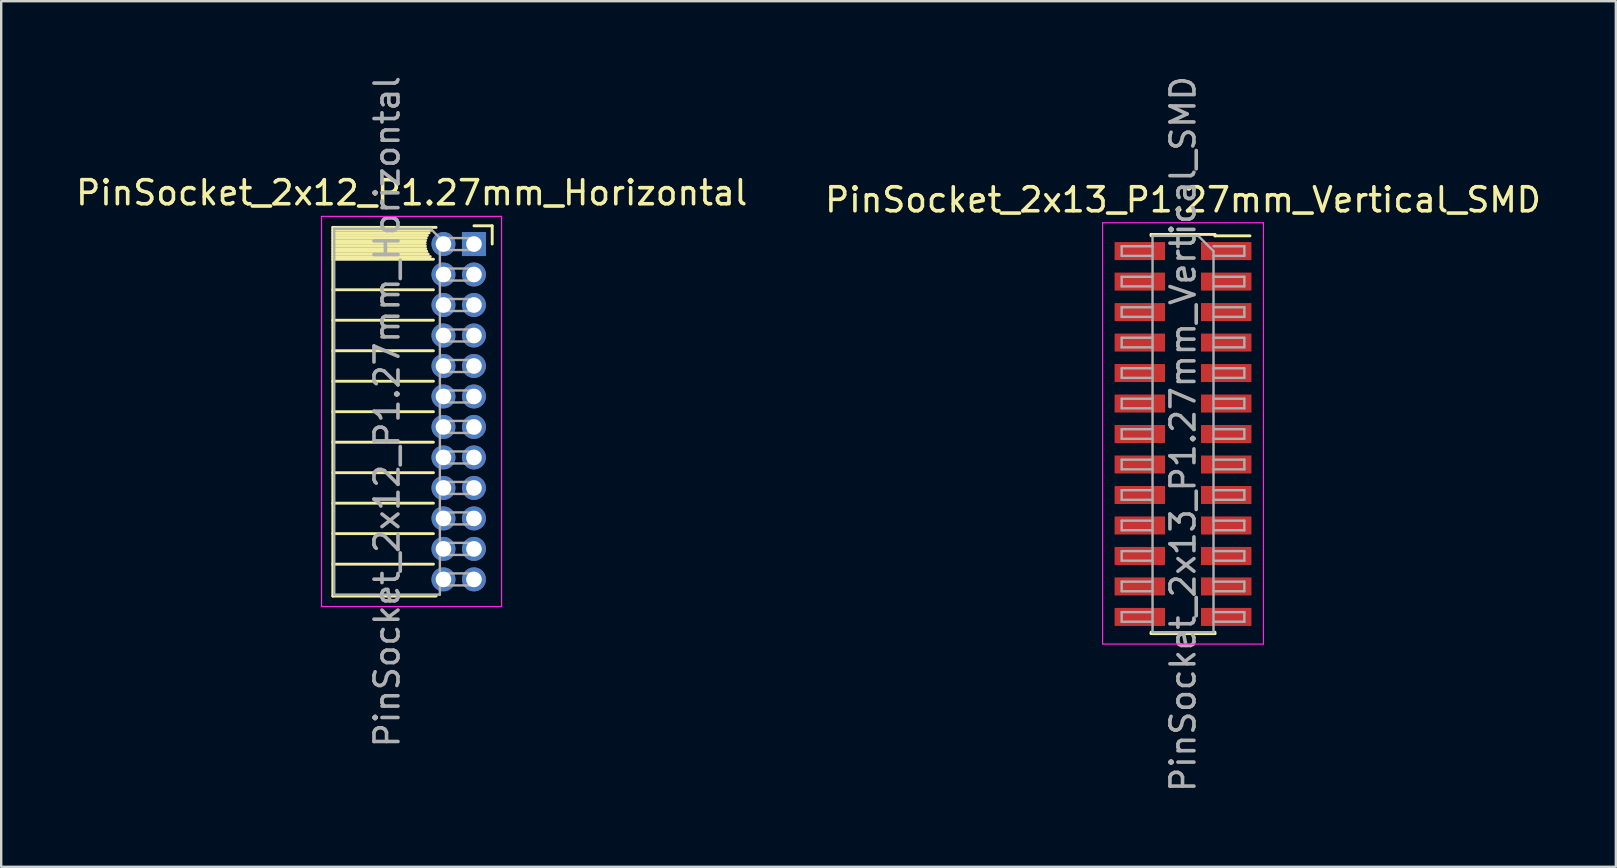
<source format=kicad_pcb>
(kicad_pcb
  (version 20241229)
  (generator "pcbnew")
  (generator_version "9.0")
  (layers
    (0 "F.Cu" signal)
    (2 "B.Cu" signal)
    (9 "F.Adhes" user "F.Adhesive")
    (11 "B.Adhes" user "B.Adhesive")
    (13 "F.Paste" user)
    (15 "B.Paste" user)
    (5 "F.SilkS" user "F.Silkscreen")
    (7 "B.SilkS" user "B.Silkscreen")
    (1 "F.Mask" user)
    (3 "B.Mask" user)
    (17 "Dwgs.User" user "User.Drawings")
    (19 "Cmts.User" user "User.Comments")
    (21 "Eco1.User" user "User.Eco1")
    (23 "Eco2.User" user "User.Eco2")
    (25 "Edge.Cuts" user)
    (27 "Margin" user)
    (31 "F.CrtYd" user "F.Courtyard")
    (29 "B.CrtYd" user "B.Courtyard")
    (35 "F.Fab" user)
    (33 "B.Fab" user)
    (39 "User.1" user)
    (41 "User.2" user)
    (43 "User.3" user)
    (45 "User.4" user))
  (footprint "PinSocket_2x12_P1.27mm_Horizontal"
    (layer "F.Cu")
    (at 16.694 7.116)
    (property "Reference" "PinSocket_2x12_P1.27mm_Horizontal" (at -2.592 -2.135 0) (layer "F.SilkS") (effects (font (size 1 1) (thickness 0.15))))
    (attr through_hole)
    (fp_line (start -5.88 -0.695) (end -5.88 14.665) (stroke (width 0.12) (type solid)) (layer "F.SilkS"))
    (fp_line (start -5.88 -0.695) (end -1.578 -0.695) (stroke (width 0.12) (type solid)) (layer "F.SilkS"))
    (fp_line (start -5.88 -0.575) (end -1.767 -0.575) (stroke (width 0.12) (type solid)) (layer "F.SilkS"))
    (fp_line (start -5.88 -0.465) (end -1.871 -0.465) (stroke (width 0.12) (type solid)) (layer "F.SilkS"))
    (fp_line (start -5.88 -0.355) (end -1.942 -0.355) (stroke (width 0.12) (type solid)) (layer "F.SilkS"))
    (fp_line (start -5.88 -0.245) (end -1.989 -0.245) (stroke (width 0.12) (type solid)) (layer "F.SilkS"))
    (fp_line (start -5.88 -0.135) (end -2.018 -0.135) (stroke (width 0.12) (type solid)) (layer "F.SilkS"))
    (fp_line (start -5.88 -0.025) (end -2.03 -0.025) (stroke (width 0.12) (type solid)) (layer "F.SilkS"))
    (fp_line (start -5.88 0.085) (end -2.025 0.085) (stroke (width 0.12) (type solid)) (layer "F.SilkS"))
    (fp_line (start -5.88 0.195) (end -2.005 0.195) (stroke (width 0.12) (type solid)) (layer "F.SilkS"))
    (fp_line (start -5.88 0.305) (end -1.966 0.305) (stroke (width 0.12) (type solid)) (layer "F.SilkS"))
    (fp_line (start -5.88 0.415) (end -1.907 0.415) (stroke (width 0.12) (type solid)) (layer "F.SilkS"))
    (fp_line (start -5.88 0.525) (end -1.82 0.525) (stroke (width 0.12) (type solid)) (layer "F.SilkS"))
    (fp_line (start -5.88 0.635) (end -1.688 0.635) (stroke (width 0.12) (type solid)) (layer "F.SilkS"))
    (fp_line (start -5.88 1.905) (end -1.688 1.905) (stroke (width 0.12) (type solid)) (layer "F.SilkS"))
    (fp_line (start -5.88 3.175) (end -1.688 3.175) (stroke (width 0.12) (type solid)) (layer "F.SilkS"))
    (fp_line (start -5.88 4.445) (end -1.688 4.445) (stroke (width 0.12) (type solid)) (layer "F.SilkS"))
    (fp_line (start -5.88 5.715) (end -1.688 5.715) (stroke (width 0.12) (type solid)) (layer "F.SilkS"))
    (fp_line (start -5.88 6.985) (end -1.688 6.985) (stroke (width 0.12) (type solid)) (layer "F.SilkS"))
    (fp_line (start -5.88 8.255) (end -1.688 8.255) (stroke (width 0.12) (type solid)) (layer "F.SilkS"))
    (fp_line (start -5.88 9.525) (end -1.688 9.525) (stroke (width 0.12) (type solid)) (layer "F.SilkS"))
    (fp_line (start -5.88 10.795) (end -1.688 10.795) (stroke (width 0.12) (type solid)) (layer "F.SilkS"))
    (fp_line (start -5.88 12.065) (end -1.688 12.065) (stroke (width 0.12) (type solid)) (layer "F.SilkS"))
    (fp_line (start -5.88 13.335) (end -1.688 13.335) (stroke (width 0.12) (type solid)) (layer "F.SilkS"))
    (fp_line (start -5.88 14.665) (end -1.578 14.665) (stroke (width 0.12) (type solid)) (layer "F.SilkS"))
    (fp_line (start 0 -0.76) (end 0.76 -0.76) (stroke (width 0.12) (type solid)) (layer "F.SilkS"))
    (fp_line (start 0.76 -0.76) (end 0.76 0) (stroke (width 0.12) (type solid)) (layer "F.SilkS"))
    (fp_line (start -6.35 -1.15) (end -6.35 15.1) (stroke (width 0.05) (type solid)) (layer "F.CrtYd"))
    (fp_line (start -6.35 15.1) (end 1.15 15.1) (stroke (width 0.05) (type solid)) (layer "F.CrtYd"))
    (fp_line (start 1.15 -1.15) (end -6.35 -1.15) (stroke (width 0.05) (type solid)) (layer "F.CrtYd"))
    (fp_line (start 1.15 15.1) (end 1.15 -1.15) (stroke (width 0.05) (type solid)) (layer "F.CrtYd"))
    (fp_line (start -5.82 -0.635) (end -1.805 -0.635) (stroke (width 0.1) (type solid)) (layer "F.Fab"))
    (fp_line (start -5.82 14.605) (end -5.82 -0.635) (stroke (width 0.1) (type solid)) (layer "F.Fab"))
    (fp_line (start -1.805 -0.635) (end -1.42 -0.25) (stroke (width 0.1) (type solid)) (layer "F.Fab"))
    (fp_line (start -1.42 -0.25) (end -1.42 14.605) (stroke (width 0.1) (type solid)) (layer "F.Fab"))
    (fp_line (start -1.42 0.25) (end 0 0.25) (stroke (width 0.1) (type solid)) (layer "F.Fab"))
    (fp_line (start -1.42 1.52) (end 0 1.52) (stroke (width 0.1) (type solid)) (layer "F.Fab"))
    (fp_line (start -1.42 2.79) (end 0 2.79) (stroke (width 0.1) (type solid)) (layer "F.Fab"))
    (fp_line (start -1.42 4.06) (end 0 4.06) (stroke (width 0.1) (type solid)) (layer "F.Fab"))
    (fp_line (start -1.42 5.33) (end 0 5.33) (stroke (width 0.1) (type solid)) (layer "F.Fab"))
    (fp_line (start -1.42 6.6) (end 0 6.6) (stroke (width 0.1) (type solid)) (layer "F.Fab"))
    (fp_line (start -1.42 7.87) (end 0 7.87) (stroke (width 0.1) (type solid)) (layer "F.Fab"))
    (fp_line (start -1.42 9.14) (end 0 9.14) (stroke (width 0.1) (type solid)) (layer "F.Fab"))
    (fp_line (start -1.42 10.41) (end 0 10.41) (stroke (width 0.1) (type solid)) (layer "F.Fab"))
    (fp_line (start -1.42 11.68) (end 0 11.68) (stroke (width 0.1) (type solid)) (layer "F.Fab"))
    (fp_line (start -1.42 12.95) (end 0 12.95) (stroke (width 0.1) (type solid)) (layer "F.Fab"))
    (fp_line (start -1.42 14.22) (end 0 14.22) (stroke (width 0.1) (type solid)) (layer "F.Fab"))
    (fp_line (start -1.42 14.605) (end -5.82 14.605) (stroke (width 0.1) (type solid)) (layer "F.Fab"))
    (fp_line (start 0 -0.25) (end -1.42 -0.25) (stroke (width 0.1) (type solid)) (layer "F.Fab"))
    (fp_line (start 0 0.25) (end 0 -0.25) (stroke (width 0.1) (type solid)) (layer "F.Fab"))
    (fp_line (start 0 1.02) (end -1.42 1.02) (stroke (width 0.1) (type solid)) (layer "F.Fab"))
    (fp_line (start 0 1.52) (end 0 1.02) (stroke (width 0.1) (type solid)) (layer "F.Fab"))
    (fp_line (start 0 2.29) (end -1.42 2.29) (stroke (width 0.1) (type solid)) (layer "F.Fab"))
    (fp_line (start 0 2.79) (end 0 2.29) (stroke (width 0.1) (type solid)) (layer "F.Fab"))
    (fp_line (start 0 3.56) (end -1.42 3.56) (stroke (width 0.1) (type solid)) (layer "F.Fab"))
    (fp_line (start 0 4.06) (end 0 3.56) (stroke (width 0.1) (type solid)) (layer "F.Fab"))
    (fp_line (start 0 4.83) (end -1.42 4.83) (stroke (width 0.1) (type solid)) (layer "F.Fab"))
    (fp_line (start 0 5.33) (end 0 4.83) (stroke (width 0.1) (type solid)) (layer "F.Fab"))
    (fp_line (start 0 6.1) (end -1.42 6.1) (stroke (width 0.1) (type solid)) (layer "F.Fab"))
    (fp_line (start 0 6.6) (end 0 6.1) (stroke (width 0.1) (type solid)) (layer "F.Fab"))
    (fp_line (start 0 7.37) (end -1.42 7.37) (stroke (width 0.1) (type solid)) (layer "F.Fab"))
    (fp_line (start 0 7.87) (end 0 7.37) (stroke (width 0.1) (type solid)) (layer "F.Fab"))
    (fp_line (start 0 8.64) (end -1.42 8.64) (stroke (width 0.1) (type solid)) (layer "F.Fab"))
    (fp_line (start 0 9.14) (end 0 8.64) (stroke (width 0.1) (type solid)) (layer "F.Fab"))
    (fp_line (start 0 9.91) (end -1.42 9.91) (stroke (width 0.1) (type solid)) (layer "F.Fab"))
    (fp_line (start 0 10.41) (end 0 9.91) (stroke (width 0.1) (type solid)) (layer "F.Fab"))
    (fp_line (start 0 11.18) (end -1.42 11.18) (stroke (width 0.1) (type solid)) (layer "F.Fab"))
    (fp_line (start 0 11.68) (end 0 11.18) (stroke (width 0.1) (type solid)) (layer "F.Fab"))
    (fp_line (start 0 12.45) (end -1.42 12.45) (stroke (width 0.1) (type solid)) (layer "F.Fab"))
    (fp_line (start 0 12.95) (end 0 12.45) (stroke (width 0.1) (type solid)) (layer "F.Fab"))
    (fp_line (start 0 13.72) (end -1.42 13.72) (stroke (width 0.1) (type solid)) (layer "F.Fab"))
    (fp_line (start 0 14.22) (end 0 13.72) (stroke (width 0.1) (type solid)) (layer "F.Fab"))
    (fp_text user "${REFERENCE}" (at -3.62 6.985 90) (layer "F.Fab") (effects (font (size 1 1) (thickness 0.15))))
    (pad "1" thru_hole rect (at 0 0) (size 1 1) (drill 0.65) (layers "*.Cu" "*.Mask"))
    (pad "2" thru_hole oval (at -1.27 0) (size 1 1) (drill 0.65) (layers "*.Cu" "*.Mask"))
    (pad "3" thru_hole oval (at 0 1.27) (size 1 1) (drill 0.65) (layers "*.Cu" "*.Mask"))
    (pad "4" thru_hole oval (at -1.27 1.27) (size 1 1) (drill 0.65) (layers "*.Cu" "*.Mask"))
    (pad "5" thru_hole oval (at 0 2.54) (size 1 1) (drill 0.65) (layers "*.Cu" "*.Mask"))
    (pad "6" thru_hole oval (at -1.27 2.54) (size 1 1) (drill 0.65) (layers "*.Cu" "*.Mask"))
    (pad "7" thru_hole oval (at 0 3.81) (size 1 1) (drill 0.65) (layers "*.Cu" "*.Mask"))
    (pad "8" thru_hole oval (at -1.27 3.81) (size 1 1) (drill 0.65) (layers "*.Cu" "*.Mask"))
    (pad "9" thru_hole oval (at 0 5.08) (size 1 1) (drill 0.65) (layers "*.Cu" "*.Mask"))
    (pad "10" thru_hole oval (at -1.27 5.08) (size 1 1) (drill 0.65) (layers "*.Cu" "*.Mask"))
    (pad "11" thru_hole oval (at 0 6.35) (size 1 1) (drill 0.65) (layers "*.Cu" "*.Mask"))
    (pad "12" thru_hole oval (at -1.27 6.35) (size 1 1) (drill 0.65) (layers "*.Cu" "*.Mask"))
    (pad "13" thru_hole oval (at 0 7.62) (size 1 1) (drill 0.65) (layers "*.Cu" "*.Mask"))
    (pad "14" thru_hole oval (at -1.27 7.62) (size 1 1) (drill 0.65) (layers "*.Cu" "*.Mask"))
    (pad "15" thru_hole oval (at 0 8.89) (size 1 1) (drill 0.65) (layers "*.Cu" "*.Mask"))
    (pad "16" thru_hole oval (at -1.27 8.89) (size 1 1) (drill 0.65) (layers "*.Cu" "*.Mask"))
    (pad "17" thru_hole oval (at 0 10.16) (size 1 1) (drill 0.65) (layers "*.Cu" "*.Mask"))
    (pad "18" thru_hole oval (at -1.27 10.16) (size 1 1) (drill 0.65) (layers "*.Cu" "*.Mask"))
    (pad "19" thru_hole oval (at 0 11.43) (size 1 1) (drill 0.65) (layers "*.Cu" "*.Mask"))
    (pad "20" thru_hole oval (at -1.27 11.43) (size 1 1) (drill 0.65) (layers "*.Cu" "*.Mask"))
    (pad "21" thru_hole oval (at 0 12.7) (size 1 1) (drill 0.65) (layers "*.Cu" "*.Mask"))
    (pad "22" thru_hole oval (at -1.27 12.7) (size 1 1) (drill 0.65) (layers "*.Cu" "*.Mask"))
    (pad "23" thru_hole oval (at 0 13.97) (size 1 1) (drill 0.65) (layers "*.Cu" "*.Mask"))
    (pad "24" thru_hole oval (at -1.27 13.97) (size 1 1) (drill 0.65) (layers "*.Cu" "*.Mask")))
  (footprint "PinSocket_2x13_P1.27mm_Vertical_SMD"
    (layer "F.Cu")
    (at 46.232 15.03)
    (property "Reference" "PinSocket_2x13_P1.27mm_Vertical_SMD" (at 0 -9.755 0) (layer "F.SilkS") (effects (font (size 1 1) (thickness 0.15))))
    (attr smd)
    (fp_line (start -1.33 -8.315) (end -1.33 -8.255) (stroke (width 0.12) (type solid)) (layer "F.SilkS"))
    (fp_line (start -1.33 -8.315) (end 1.33 -8.315) (stroke (width 0.12) (type solid)) (layer "F.SilkS"))
    (fp_line (start -1.33 8.255) (end -1.33 8.315) (stroke (width 0.12) (type solid)) (layer "F.SilkS"))
    (fp_line (start -1.33 8.315) (end 1.33 8.315) (stroke (width 0.12) (type solid)) (layer "F.SilkS"))
    (fp_line (start 1.33 -8.315) (end 1.33 -8.255) (stroke (width 0.12) (type solid)) (layer "F.SilkS"))
    (fp_line (start 1.33 -8.255) (end 2.79 -8.255) (stroke (width 0.12) (type solid)) (layer "F.SilkS"))
    (fp_line (start 1.33 8.255) (end 1.33 8.315) (stroke (width 0.12) (type solid)) (layer "F.SilkS"))
    (fp_line (start -3.35 -8.8) (end 3.35 -8.8) (stroke (width 0.05) (type solid)) (layer "F.CrtYd"))
    (fp_line (start -3.35 8.75) (end -3.35 -8.8) (stroke (width 0.05) (type solid)) (layer "F.CrtYd"))
    (fp_line (start 3.35 -8.8) (end 3.35 8.75) (stroke (width 0.05) (type solid)) (layer "F.CrtYd"))
    (fp_line (start 3.35 8.75) (end -3.35 8.75) (stroke (width 0.05) (type solid)) (layer "F.CrtYd"))
    (fp_line (start -2.555 -7.82) (end -1.27 -7.82) (stroke (width 0.1) (type solid)) (layer "F.Fab"))
    (fp_line (start -2.555 -7.42) (end -2.555 -7.82) (stroke (width 0.1) (type solid)) (layer "F.Fab"))
    (fp_line (start -2.555 -6.55) (end -1.27 -6.55) (stroke (width 0.1) (type solid)) (layer "F.Fab"))
    (fp_line (start -2.555 -6.15) (end -2.555 -6.55) (stroke (width 0.1) (type solid)) (layer "F.Fab"))
    (fp_line (start -2.555 -5.28) (end -1.27 -5.28) (stroke (width 0.1) (type solid)) (layer "F.Fab"))
    (fp_line (start -2.555 -4.88) (end -2.555 -5.28) (stroke (width 0.1) (type solid)) (layer "F.Fab"))
    (fp_line (start -2.555 -4.01) (end -1.27 -4.01) (stroke (width 0.1) (type solid)) (layer "F.Fab"))
    (fp_line (start -2.555 -3.61) (end -2.555 -4.01) (stroke (width 0.1) (type solid)) (layer "F.Fab"))
    (fp_line (start -2.555 -2.74) (end -1.27 -2.74) (stroke (width 0.1) (type solid)) (layer "F.Fab"))
    (fp_line (start -2.555 -2.34) (end -2.555 -2.74) (stroke (width 0.1) (type solid)) (layer "F.Fab"))
    (fp_line (start -2.555 -1.47) (end -1.27 -1.47) (stroke (width 0.1) (type solid)) (layer "F.Fab"))
    (fp_line (start -2.555 -1.07) (end -2.555 -1.47) (stroke (width 0.1) (type solid)) (layer "F.Fab"))
    (fp_line (start -2.555 -0.2) (end -1.27 -0.2) (stroke (width 0.1) (type solid)) (layer "F.Fab"))
    (fp_line (start -2.555 0.2) (end -2.555 -0.2) (stroke (width 0.1) (type solid)) (layer "F.Fab"))
    (fp_line (start -2.555 1.07) (end -1.27 1.07) (stroke (width 0.1) (type solid)) (layer "F.Fab"))
    (fp_line (start -2.555 1.47) (end -2.555 1.07) (stroke (width 0.1) (type solid)) (layer "F.Fab"))
    (fp_line (start -2.555 2.34) (end -1.27 2.34) (stroke (width 0.1) (type solid)) (layer "F.Fab"))
    (fp_line (start -2.555 2.74) (end -2.555 2.34) (stroke (width 0.1) (type solid)) (layer "F.Fab"))
    (fp_line (start -2.555 3.61) (end -1.27 3.61) (stroke (width 0.1) (type solid)) (layer "F.Fab"))
    (fp_line (start -2.555 4.01) (end -2.555 3.61) (stroke (width 0.1) (type solid)) (layer "F.Fab"))
    (fp_line (start -2.555 4.88) (end -1.27 4.88) (stroke (width 0.1) (type solid)) (layer "F.Fab"))
    (fp_line (start -2.555 5.28) (end -2.555 4.88) (stroke (width 0.1) (type solid)) (layer "F.Fab"))
    (fp_line (start -2.555 6.15) (end -1.27 6.15) (stroke (width 0.1) (type solid)) (layer "F.Fab"))
    (fp_line (start -2.555 6.55) (end -2.555 6.15) (stroke (width 0.1) (type solid)) (layer "F.Fab"))
    (fp_line (start -2.555 7.42) (end -1.27 7.42) (stroke (width 0.1) (type solid)) (layer "F.Fab"))
    (fp_line (start -2.555 7.82) (end -2.555 7.42) (stroke (width 0.1) (type solid)) (layer "F.Fab"))
    (fp_line (start -1.27 -8.255) (end 0.635 -8.255) (stroke (width 0.1) (type solid)) (layer "F.Fab"))
    (fp_line (start -1.27 -7.42) (end -2.555 -7.42) (stroke (width 0.1) (type solid)) (layer "F.Fab"))
    (fp_line (start -1.27 -6.15) (end -2.555 -6.15) (stroke (width 0.1) (type solid)) (layer "F.Fab"))
    (fp_line (start -1.27 -4.88) (end -2.555 -4.88) (stroke (width 0.1) (type solid)) (layer "F.Fab"))
    (fp_line (start -1.27 -3.61) (end -2.555 -3.61) (stroke (width 0.1) (type solid)) (layer "F.Fab"))
    (fp_line (start -1.27 -2.34) (end -2.555 -2.34) (stroke (width 0.1) (type solid)) (layer "F.Fab"))
    (fp_line (start -1.27 -1.07) (end -2.555 -1.07) (stroke (width 0.1) (type solid)) (layer "F.Fab"))
    (fp_line (start -1.27 0.2) (end -2.555 0.2) (stroke (width 0.1) (type solid)) (layer "F.Fab"))
    (fp_line (start -1.27 1.47) (end -2.555 1.47) (stroke (width 0.1) (type solid)) (layer "F.Fab"))
    (fp_line (start -1.27 2.74) (end -2.555 2.74) (stroke (width 0.1) (type solid)) (layer "F.Fab"))
    (fp_line (start -1.27 4.01) (end -2.555 4.01) (stroke (width 0.1) (type solid)) (layer "F.Fab"))
    (fp_line (start -1.27 5.28) (end -2.555 5.28) (stroke (width 0.1) (type solid)) (layer "F.Fab"))
    (fp_line (start -1.27 6.55) (end -2.555 6.55) (stroke (width 0.1) (type solid)) (layer "F.Fab"))
    (fp_line (start -1.27 7.82) (end -2.555 7.82) (stroke (width 0.1) (type solid)) (layer "F.Fab"))
    (fp_line (start -1.27 8.255) (end -1.27 -8.255) (stroke (width 0.1) (type solid)) (layer "F.Fab"))
    (fp_line (start 0.635 -8.255) (end 1.27 -7.62) (stroke (width 0.1) (type solid)) (layer "F.Fab"))
    (fp_line (start 1.27 -7.82) (end 2.555 -7.82) (stroke (width 0.1) (type solid)) (layer "F.Fab"))
    (fp_line (start 1.27 -7.62) (end 1.27 8.255) (stroke (width 0.1) (type solid)) (layer "F.Fab"))
    (fp_line (start 1.27 -6.55) (end 2.555 -6.55) (stroke (width 0.1) (type solid)) (layer "F.Fab"))
    (fp_line (start 1.27 -5.28) (end 2.555 -5.28) (stroke (width 0.1) (type solid)) (layer "F.Fab"))
    (fp_line (start 1.27 -4.01) (end 2.555 -4.01) (stroke (width 0.1) (type solid)) (layer "F.Fab"))
    (fp_line (start 1.27 -2.74) (end 2.555 -2.74) (stroke (width 0.1) (type solid)) (layer "F.Fab"))
    (fp_line (start 1.27 -1.47) (end 2.555 -1.47) (stroke (width 0.1) (type solid)) (layer "F.Fab"))
    (fp_line (start 1.27 -0.2) (end 2.555 -0.2) (stroke (width 0.1) (type solid)) (layer "F.Fab"))
    (fp_line (start 1.27 1.07) (end 2.555 1.07) (stroke (width 0.1) (type solid)) (layer "F.Fab"))
    (fp_line (start 1.27 2.34) (end 2.555 2.34) (stroke (width 0.1) (type solid)) (layer "F.Fab"))
    (fp_line (start 1.27 3.61) (end 2.555 3.61) (stroke (width 0.1) (type solid)) (layer "F.Fab"))
    (fp_line (start 1.27 4.88) (end 2.555 4.88) (stroke (width 0.1) (type solid)) (layer "F.Fab"))
    (fp_line (start 1.27 6.15) (end 2.555 6.15) (stroke (width 0.1) (type solid)) (layer "F.Fab"))
    (fp_line (start 1.27 7.42) (end 2.555 7.42) (stroke (width 0.1) (type solid)) (layer "F.Fab"))
    (fp_line (start 1.27 8.255) (end -1.27 8.255) (stroke (width 0.1) (type solid)) (layer "F.Fab"))
    (fp_line (start 2.555 -7.82) (end 2.555 -7.42) (stroke (width 0.1) (type solid)) (layer "F.Fab"))
    (fp_line (start 2.555 -7.42) (end 1.27 -7.42) (stroke (width 0.1) (type solid)) (layer "F.Fab"))
    (fp_line (start 2.555 -6.55) (end 2.555 -6.15) (stroke (width 0.1) (type solid)) (layer "F.Fab"))
    (fp_line (start 2.555 -6.15) (end 1.27 -6.15) (stroke (width 0.1) (type solid)) (layer "F.Fab"))
    (fp_line (start 2.555 -5.28) (end 2.555 -4.88) (stroke (width 0.1) (type solid)) (layer "F.Fab"))
    (fp_line (start 2.555 -4.88) (end 1.27 -4.88) (stroke (width 0.1) (type solid)) (layer "F.Fab"))
    (fp_line (start 2.555 -4.01) (end 2.555 -3.61) (stroke (width 0.1) (type solid)) (layer "F.Fab"))
    (fp_line (start 2.555 -3.61) (end 1.27 -3.61) (stroke (width 0.1) (type solid)) (layer "F.Fab"))
    (fp_line (start 2.555 -2.74) (end 2.555 -2.34) (stroke (width 0.1) (type solid)) (layer "F.Fab"))
    (fp_line (start 2.555 -2.34) (end 1.27 -2.34) (stroke (width 0.1) (type solid)) (layer "F.Fab"))
    (fp_line (start 2.555 -1.47) (end 2.555 -1.07) (stroke (width 0.1) (type solid)) (layer "F.Fab"))
    (fp_line (start 2.555 -1.07) (end 1.27 -1.07) (stroke (width 0.1) (type solid)) (layer "F.Fab"))
    (fp_line (start 2.555 -0.2) (end 2.555 0.2) (stroke (width 0.1) (type solid)) (layer "F.Fab"))
    (fp_line (start 2.555 0.2) (end 1.27 0.2) (stroke (width 0.1) (type solid)) (layer "F.Fab"))
    (fp_line (start 2.555 1.07) (end 2.555 1.47) (stroke (width 0.1) (type solid)) (layer "F.Fab"))
    (fp_line (start 2.555 1.47) (end 1.27 1.47) (stroke (width 0.1) (type solid)) (layer "F.Fab"))
    (fp_line (start 2.555 2.34) (end 2.555 2.74) (stroke (width 0.1) (type solid)) (layer "F.Fab"))
    (fp_line (start 2.555 2.74) (end 1.27 2.74) (stroke (width 0.1) (type solid)) (layer "F.Fab"))
    (fp_line (start 2.555 3.61) (end 2.555 4.01) (stroke (width 0.1) (type solid)) (layer "F.Fab"))
    (fp_line (start 2.555 4.01) (end 1.27 4.01) (stroke (width 0.1) (type solid)) (layer "F.Fab"))
    (fp_line (start 2.555 4.88) (end 2.555 5.28) (stroke (width 0.1) (type solid)) (layer "F.Fab"))
    (fp_line (start 2.555 5.28) (end 1.27 5.28) (stroke (width 0.1) (type solid)) (layer "F.Fab"))
    (fp_line (start 2.555 6.15) (end 2.555 6.55) (stroke (width 0.1) (type solid)) (layer "F.Fab"))
    (fp_line (start 2.555 6.55) (end 1.27 6.55) (stroke (width 0.1) (type solid)) (layer "F.Fab"))
    (fp_line (start 2.555 7.42) (end 2.555 7.82) (stroke (width 0.1) (type solid)) (layer "F.Fab"))
    (fp_line (start 2.555 7.82) (end 1.27 7.82) (stroke (width 0.1) (type solid)) (layer "F.Fab"))
    (fp_text user "${REFERENCE}" (at 0 0 90) (layer "F.Fab") (effects (font (size 1 1) (thickness 0.15))))
    (pad "1" smd rect (at 1.8 -7.62) (size 2.1 0.75) (layers "F.Cu" "F.Mask" "F.Paste"))
    (pad "2" smd rect (at -1.8 -7.62) (size 2.1 0.75) (layers "F.Cu" "F.Mask" "F.Paste"))
    (pad "3" smd rect (at 1.8 -6.35) (size 2.1 0.75) (layers "F.Cu" "F.Mask" "F.Paste"))
    (pad "4" smd rect (at -1.8 -6.35) (size 2.1 0.75) (layers "F.Cu" "F.Mask" "F.Paste"))
    (pad "5" smd rect (at 1.8 -5.08) (size 2.1 0.75) (layers "F.Cu" "F.Mask" "F.Paste"))
    (pad "6" smd rect (at -1.8 -5.08) (size 2.1 0.75) (layers "F.Cu" "F.Mask" "F.Paste"))
    (pad "7" smd rect (at 1.8 -3.81) (size 2.1 0.75) (layers "F.Cu" "F.Mask" "F.Paste"))
    (pad "8" smd rect (at -1.8 -3.81) (size 2.1 0.75) (layers "F.Cu" "F.Mask" "F.Paste"))
    (pad "9" smd rect (at 1.8 -2.54) (size 2.1 0.75) (layers "F.Cu" "F.Mask" "F.Paste"))
    (pad "10" smd rect (at -1.8 -2.54) (size 2.1 0.75) (layers "F.Cu" "F.Mask" "F.Paste"))
    (pad "11" smd rect (at 1.8 -1.27) (size 2.1 0.75) (layers "F.Cu" "F.Mask" "F.Paste"))
    (pad "12" smd rect (at -1.8 -1.27) (size 2.1 0.75) (layers "F.Cu" "F.Mask" "F.Paste"))
    (pad "13" smd rect (at 1.8 0) (size 2.1 0.75) (layers "F.Cu" "F.Mask" "F.Paste"))
    (pad "14" smd rect (at -1.8 0) (size 2.1 0.75) (layers "F.Cu" "F.Mask" "F.Paste"))
    (pad "15" smd rect (at 1.8 1.27) (size 2.1 0.75) (layers "F.Cu" "F.Mask" "F.Paste"))
    (pad "16" smd rect (at -1.8 1.27) (size 2.1 0.75) (layers "F.Cu" "F.Mask" "F.Paste"))
    (pad "17" smd rect (at 1.8 2.54) (size 2.1 0.75) (layers "F.Cu" "F.Mask" "F.Paste"))
    (pad "18" smd rect (at -1.8 2.54) (size 2.1 0.75) (layers "F.Cu" "F.Mask" "F.Paste"))
    (pad "19" smd rect (at 1.8 3.81) (size 2.1 0.75) (layers "F.Cu" "F.Mask" "F.Paste"))
    (pad "20" smd rect (at -1.8 3.81) (size 2.1 0.75) (layers "F.Cu" "F.Mask" "F.Paste"))
    (pad "21" smd rect (at 1.8 5.08) (size 2.1 0.75) (layers "F.Cu" "F.Mask" "F.Paste"))
    (pad "22" smd rect (at -1.8 5.08) (size 2.1 0.75) (layers "F.Cu" "F.Mask" "F.Paste"))
    (pad "23" smd rect (at 1.8 6.35) (size 2.1 0.75) (layers "F.Cu" "F.Mask" "F.Paste"))
    (pad "24" smd rect (at -1.8 6.35) (size 2.1 0.75) (layers "F.Cu" "F.Mask" "F.Paste"))
    (pad "25" smd rect (at 1.8 7.62) (size 2.1 0.75) (layers "F.Cu" "F.Mask" "F.Paste"))
    (pad "26" smd rect (at -1.8 7.62) (size 2.1 0.75) (layers "F.Cu" "F.Mask" "F.Paste")))
  (gr_rect
    (start -3 -3)
    (end 64.262 33.06)
    (stroke (width 0.1) (type default))
    (fill no)
    (layer "Edge.Cuts")))
</source>
